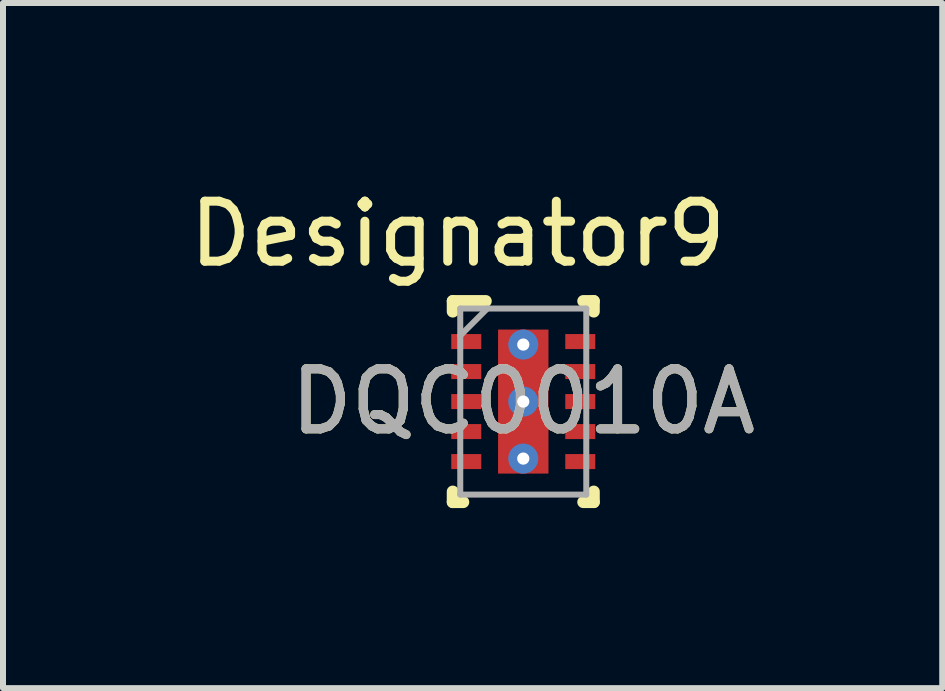
<source format=kicad_pcb>
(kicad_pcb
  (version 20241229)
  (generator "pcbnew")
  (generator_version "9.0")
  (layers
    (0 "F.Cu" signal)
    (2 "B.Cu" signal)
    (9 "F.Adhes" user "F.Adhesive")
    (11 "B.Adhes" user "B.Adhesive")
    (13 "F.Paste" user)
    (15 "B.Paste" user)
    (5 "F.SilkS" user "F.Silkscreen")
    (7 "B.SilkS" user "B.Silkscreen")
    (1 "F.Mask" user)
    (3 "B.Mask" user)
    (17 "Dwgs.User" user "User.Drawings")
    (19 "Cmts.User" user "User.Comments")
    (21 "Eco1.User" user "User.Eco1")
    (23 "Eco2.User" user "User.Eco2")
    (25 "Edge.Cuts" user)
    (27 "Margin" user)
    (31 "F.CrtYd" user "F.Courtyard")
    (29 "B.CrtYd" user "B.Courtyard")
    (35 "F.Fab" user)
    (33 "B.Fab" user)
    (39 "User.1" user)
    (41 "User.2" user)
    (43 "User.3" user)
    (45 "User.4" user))
  (footprint "DQC0010A"
    (layer "F.Cu")
    (at 5.67 3.642)
    (property "Reference" "DQC0010A" (at 0 0 0) (unlocked yes) (layer "F.SilkS") (effects (font (size 1 1) (thickness 0.15))))
    (attr smd)
    (fp_line (start -1.175 -1.675) (end -0.625 -1.675) (stroke (width 0.2) (type solid)) (layer "F.SilkS"))
    (fp_line (start -1.175 -1.5) (end -1.175 -1.675) (stroke (width 0.2) (type solid)) (layer "F.SilkS"))
    (fp_line (start -1.175 1.675) (end -1.175 1.5) (stroke (width 0.2) (type solid)) (layer "F.SilkS"))
    (fp_line (start -1.175 1.675) (end -1 1.675) (stroke (width 0.2) (type solid)) (layer "F.SilkS"))
    (fp_line (start 1 -1.675) (end 1.175 -1.675) (stroke (width 0.2) (type solid)) (layer "F.SilkS"))
    (fp_line (start 1 1.675) (end 1.175 1.675) (stroke (width 0.2) (type solid)) (layer "F.SilkS"))
    (fp_line (start 1.175 -1.5) (end 1.175 -1.675) (stroke (width 0.2) (type solid)) (layer "F.SilkS"))
    (fp_line (start 1.175 1.675) (end 1.175 1.5) (stroke (width 0.2) (type solid)) (layer "F.SilkS"))
    (fp_poly (pts (xy -0.4 -0.148) (xy -0.4 -1.132) (xy -0.399 -1.141) (xy -0.396 -1.15) (xy -0.392 -1.159) (xy -0.386 -1.166) (xy -0.379 -1.172) (xy -0.37 -1.176) (xy -0.361 -1.179) (xy -0.352 -1.18) (xy 0.352 -1.18) (xy 0.361 -1.179) (xy 0.37 -1.176) (xy 0.379 -1.172) (xy 0.386 -1.166) (xy 0.392 -1.159) (xy 0.396 -1.15) (xy 0.399 -1.141) (xy 0.4 -1.132) (xy 0.4 -0.148) (xy 0.399 -0.139) (xy 0.396 -0.13) (xy 0.392 -0.121) (xy 0.386 -0.114) (xy 0.379 -0.108) (xy 0.37 -0.104) (xy 0.361 -0.101) (xy 0.352 -0.1) (xy -0.352 -0.1) (xy -0.361 -0.101) (xy -0.37 -0.104) (xy -0.379 -0.108) (xy -0.386 -0.114) (xy -0.392 -0.121) (xy -0.396 -0.13) (xy -0.399 -0.139)) (stroke (width 0) (type solid)) (fill yes) (layer "F.Paste"))
    (fp_poly (pts (xy -0.4 1.132) (xy -0.4 0.148) (xy -0.399 0.139) (xy -0.396 0.13) (xy -0.392 0.121) (xy -0.386 0.114) (xy -0.379 0.108) (xy -0.37 0.104) (xy -0.361 0.101) (xy -0.352 0.1) (xy 0.352 0.1) (xy 0.361 0.101) (xy 0.37 0.104) (xy 0.379 0.108) (xy 0.386 0.114) (xy 0.392 0.121) (xy 0.396 0.13) (xy 0.399 0.139) (xy 0.4 0.148) (xy 0.4 1.132) (xy 0.399 1.141) (xy 0.396 1.15) (xy 0.392 1.159) (xy 0.386 1.166) (xy 0.379 1.172) (xy 0.37 1.176) (xy 0.361 1.179) (xy 0.352 1.18) (xy -0.352 1.18) (xy -0.361 1.179) (xy -0.37 1.176) (xy -0.379 1.172) (xy -0.386 1.166) (xy -0.392 1.159) (xy -0.396 1.15) (xy -0.399 1.141)) (stroke (width 0) (type solid)) (fill yes) (layer "F.Paste"))
    (fp_line (start -1.05 -1.55) (end 1.05 -1.55) (stroke (width 0.1) (type solid)) (layer "F.Fab"))
    (fp_line (start -1.05 -1.1) (end -0.6 -1.55) (stroke (width 0.1) (type solid)) (layer "F.Fab"))
    (fp_line (start -1.05 1.55) (end -1.05 -1.55) (stroke (width 0.1) (type solid)) (layer "F.Fab"))
    (fp_line (start -1.05 1.55) (end 1.05 1.55) (stroke (width 0.1) (type solid)) (layer "F.Fab"))
    (fp_line (start 1.05 1.55) (end 1.05 -1.55) (stroke (width 0.1) (type solid)) (layer "F.Fab"))
    (fp_text user "Designator9" (at -1.092 -2.794 0) (unlocked yes) (layer "F.SilkS") (effects (font (size 1 1) (thickness 0.15))))
    (fp_text user "${REFERENCE}" (at 0 0 0) (unlocked yes) (layer "F.Fab") (effects (font (size 1 1) (thickness 0.15))))
    (pad "1" smd rect (at -0.95 -1 90) (size 0.25 0.5) (layers "F.Cu" "F.Mask" "F.Paste"))
    (pad "2" smd rect (at -0.95 -0.5 90) (size 0.25 0.5) (layers "F.Cu" "F.Mask" "F.Paste"))
    (pad "3" smd rect (at -0.95 -0.000003 90) (size 0.25 0.5) (layers "F.Cu" "F.Mask" "F.Paste"))
    (pad "4" smd rect (at -0.95 0.5 90) (size 0.25 0.5) (layers "F.Cu" "F.Mask" "F.Paste"))
    (pad "5" smd rect (at -0.95 1 90) (size 0.25 0.5) (layers "F.Cu" "F.Mask" "F.Paste"))
    (pad "6" smd rect (at 0.95 1 90) (size 0.25 0.5) (layers "F.Cu" "F.Mask" "F.Paste"))
    (pad "7" smd rect (at 0.95 0.5 90) (size 0.25 0.5) (layers "F.Cu" "F.Mask" "F.Paste"))
    (pad "8" smd rect (at 0.95 -0.000003 90) (size 0.25 0.5) (layers "F.Cu" "F.Mask" "F.Paste"))
    (pad "9" smd rect (at 0.95 -0.5 90) (size 0.25 0.5) (layers "F.Cu" "F.Mask" "F.Paste"))
    (pad "10" smd rect (at 0.95 -1 90) (size 0.25 0.5) (layers "F.Cu" "F.Mask" "F.Paste"))
    (pad "11" smd rect (at 0 -0.000003) (size 0.84 2.4) (layers "F.Cu" "F.Mask" "F.Paste"))
    (pad "V" thru_hole circle (at 0 -0.95) (size 0.5 0.5) (drill 0.203) (layers "*.Cu" "*.Mask"))
    (pad "V" thru_hole circle (at 0 0) (size 0.5 0.5) (drill 0.203) (layers "*.Cu" "*.Mask"))
    (pad "V" thru_hole circle (at 0 0.95) (size 0.5 0.5) (drill 0.203) (layers "*.Cu" "*.Mask")))
  (gr_rect
    (start -3 -3)
    (end 12.652 8.417)
    (stroke (width 0.1) (type default))
    (fill no)
    (layer "Edge.Cuts")))
</source>
